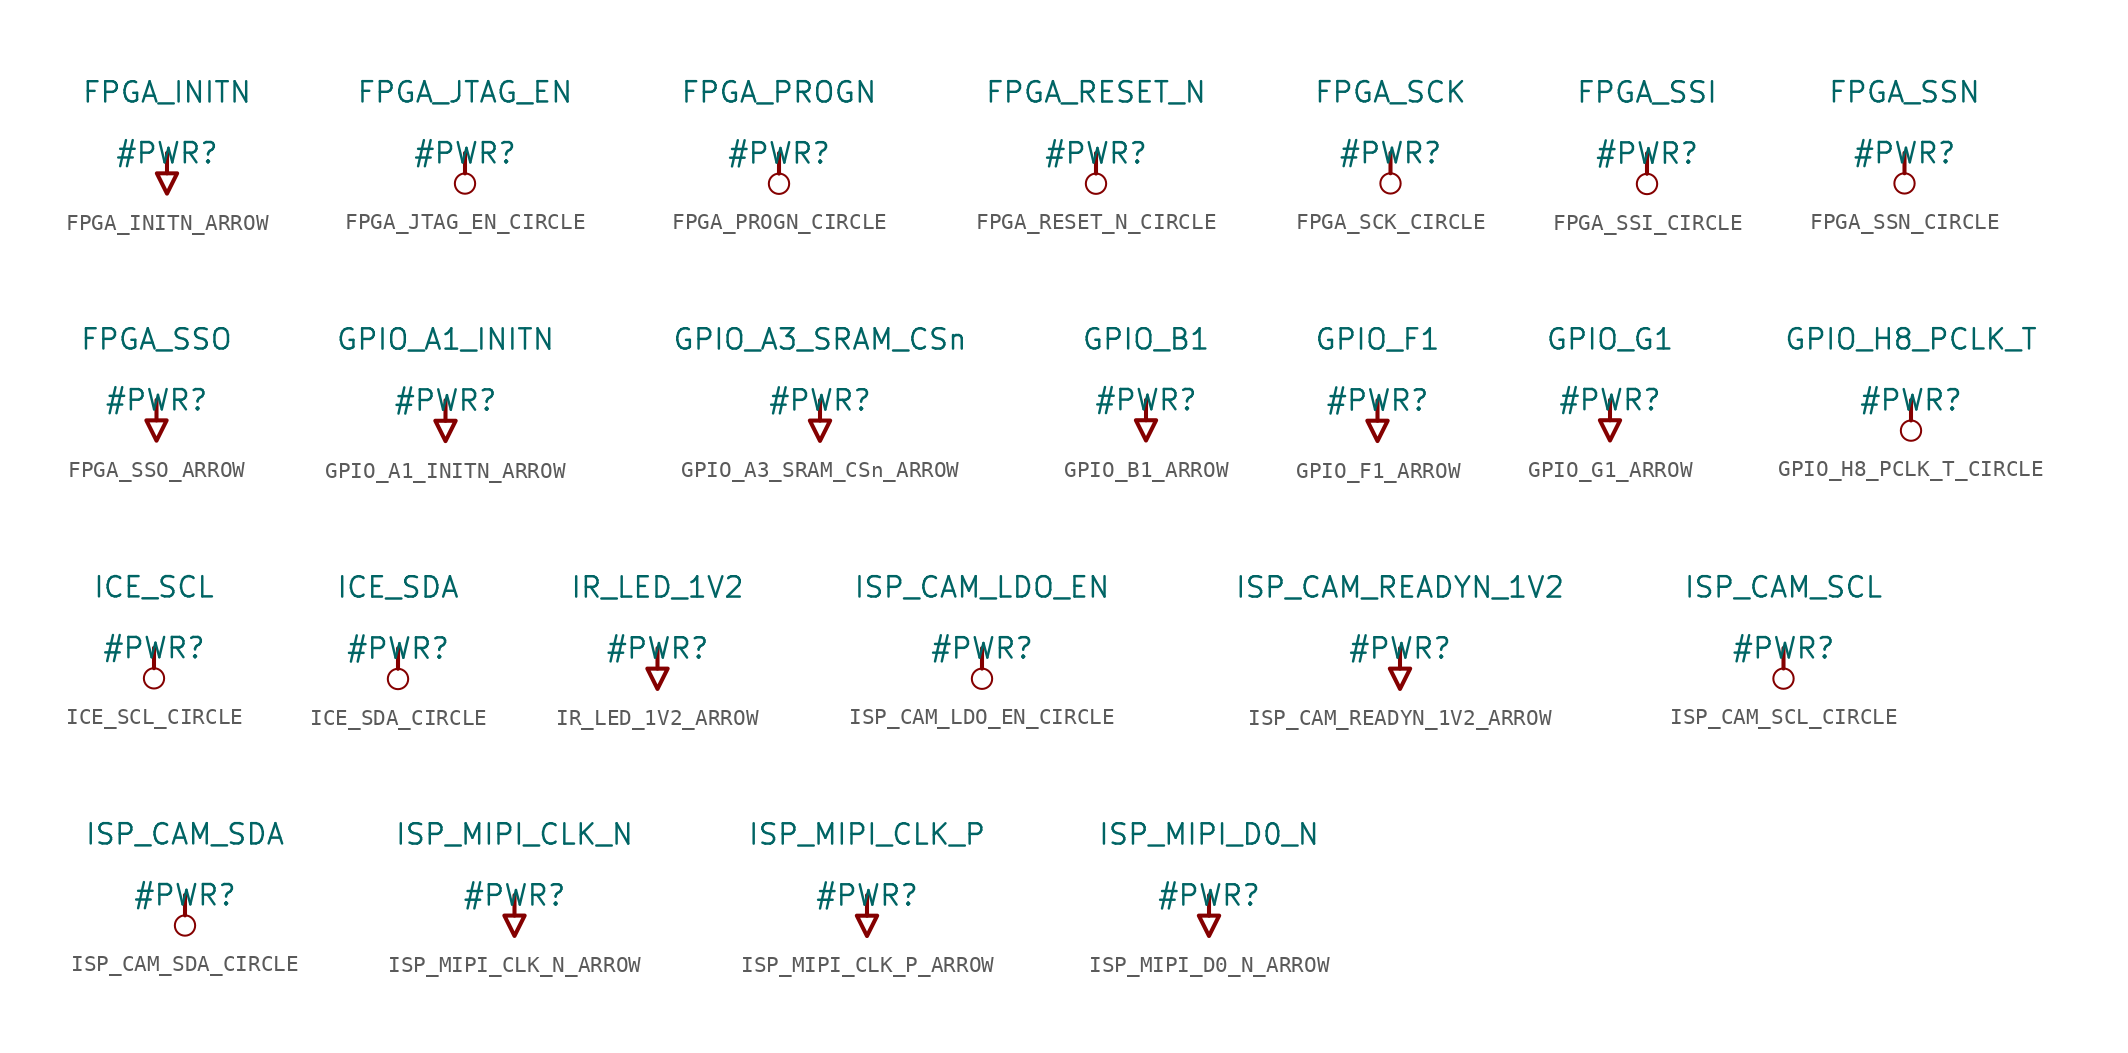
<source format=kicad_sym>
(kicad_symbol_lib
  (version 20231120)
  (generator "kicad_symbol_editor")
  (generator_version "8.0")
  (symbol "FPGA_INITN_ARROW"
    (power)
    (property "Reference" "#PWR"
      (at 0 0 0)
      (effects (font (size 1.27 1.27))))
    (property "Value" "FPGA_INITN"
      (at 0 3.81 0)
      (effects (font (size 1.27 1.27))))
    (symbol "FPGA_INITN_ARROW_0_0"
      (polyline (pts (xy 0 0) (xy 0 -1.27)) (stroke (width 0.254) (type solid)) (fill (type none)))
      (polyline (pts (xy -0.635 -1.27) (xy 0.635 -1.27) (xy 0 -2.54) (xy -0.635 -1.27)) (stroke (width 0.254) (type solid)) (fill (type none)))
      (pin power_in line (at 0 0 0) (length 0) hide (name "FPGA_INITN" (effects (font (size 1.27 1.27)))) (number "" (effects (font (size 1.27 1.27)))))))
  (symbol "FPGA_JTAG_EN_CIRCLE"
    (power)
    (property "Reference" "#PWR"
      (at 0 0 0)
      (effects (font (size 1.27 1.27))))
    (property "Value" "FPGA_JTAG_EN"
      (at 0 3.81 0)
      (effects (font (size 1.27 1.27))))
    (symbol "FPGA_JTAG_EN_CIRCLE_0_0"
      (circle (center 0 -1.905) (radius 0.635) (stroke (width 0.127) (type solid)) (fill (type none)))
      (polyline (pts (xy 0 0) (xy 0 -1.27)) (stroke (width 0.254) (type solid)) (fill (type none)))
      (pin power_in line (at 0 0 0) (length 0) hide (name "FPGA_JTAG_EN" (effects (font (size 1.27 1.27)))) (number "" (effects (font (size 1.27 1.27)))))))
  (symbol "FPGA_PROGN_CIRCLE"
    (power)
    (property "Reference" "#PWR"
      (at 0 0 0)
      (effects (font (size 1.27 1.27))))
    (property "Value" "FPGA_PROGN"
      (at 0 3.81 0)
      (effects (font (size 1.27 1.27))))
    (symbol "FPGA_PROGN_CIRCLE_0_0"
      (circle (center 0 -1.905) (radius 0.635) (stroke (width 0.127) (type solid)) (fill (type none)))
      (polyline (pts (xy 0 0) (xy 0 -1.27)) (stroke (width 0.254) (type solid)) (fill (type none)))
      (pin power_in line (at 0 0 0) (length 0) hide (name "FPGA_PROGN" (effects (font (size 1.27 1.27)))) (number "" (effects (font (size 1.27 1.27)))))))
  (symbol "FPGA_RESET_N_CIRCLE"
    (power)
    (property "Reference" "#PWR"
      (at 0 0 0)
      (effects (font (size 1.27 1.27))))
    (property "Value" "FPGA_RESET_N"
      (at 0 3.81 0)
      (effects (font (size 1.27 1.27))))
    (symbol "FPGA_RESET_N_CIRCLE_0_0"
      (circle (center 0 -1.905) (radius 0.635) (stroke (width 0.127) (type solid)) (fill (type none)))
      (polyline (pts (xy 0 0) (xy 0 -1.27)) (stroke (width 0.254) (type solid)) (fill (type none)))
      (pin power_in line (at 0 0 0) (length 0) hide (name "FPGA_RESET_N" (effects (font (size 1.27 1.27)))) (number "" (effects (font (size 1.27 1.27)))))))
  (symbol "FPGA_SCK_CIRCLE"
    (power)
    (property "Reference" "#PWR"
      (at 0 0 0)
      (effects (font (size 1.27 1.27))))
    (property "Value" "FPGA_SCK"
      (at 0 3.81 0)
      (effects (font (size 1.27 1.27))))
    (symbol "FPGA_SCK_CIRCLE_0_0"
      (circle (center 0 -1.905) (radius 0.635) (stroke (width 0.127) (type solid)) (fill (type none)))
      (polyline (pts (xy 0 0) (xy 0 -1.27)) (stroke (width 0.254) (type solid)) (fill (type none)))
      (pin power_in line (at 0 0 0) (length 0) hide (name "FPGA_SCK" (effects (font (size 1.27 1.27)))) (number "" (effects (font (size 1.27 1.27)))))))
  (symbol "FPGA_SSI_CIRCLE"
    (power)
    (property "Reference" "#PWR"
      (at 0 0 0)
      (effects (font (size 1.27 1.27))))
    (property "Value" "FPGA_SSI"
      (at 0 3.81 0)
      (effects (font (size 1.27 1.27))))
    (symbol "FPGA_SSI_CIRCLE_0_0"
      (circle (center 0 -1.905) (radius 0.635) (stroke (width 0.127) (type solid)) (fill (type none)))
      (polyline (pts (xy 0 0) (xy 0 -1.27)) (stroke (width 0.254) (type solid)) (fill (type none)))
      (pin power_in line (at 0 0 0) (length 0) hide (name "FPGA_SSI" (effects (font (size 1.27 1.27)))) (number "" (effects (font (size 1.27 1.27)))))))
  (symbol "FPGA_SSN_CIRCLE"
    (power)
    (property "Reference" "#PWR"
      (at 0 0 0)
      (effects (font (size 1.27 1.27))))
    (property "Value" "FPGA_SSN"
      (at 0 3.81 0)
      (effects (font (size 1.27 1.27))))
    (symbol "FPGA_SSN_CIRCLE_0_0"
      (circle (center 0 -1.905) (radius 0.635) (stroke (width 0.127) (type solid)) (fill (type none)))
      (polyline (pts (xy 0 0) (xy 0 -1.27)) (stroke (width 0.254) (type solid)) (fill (type none)))
      (pin power_in line (at 0 0 0) (length 0) hide (name "FPGA_SSN" (effects (font (size 1.27 1.27)))) (number "" (effects (font (size 1.27 1.27)))))))
  (symbol "FPGA_SSO_ARROW"
    (power)
    (property "Reference" "#PWR"
      (at 0 0 0)
      (effects (font (size 1.27 1.27))))
    (property "Value" "FPGA_SSO"
      (at 0 3.81 0)
      (effects (font (size 1.27 1.27))))
    (symbol "FPGA_SSO_ARROW_0_0"
      (polyline (pts (xy 0 0) (xy 0 -1.27)) (stroke (width 0.254) (type solid)) (fill (type none)))
      (polyline (pts (xy -0.635 -1.27) (xy 0.635 -1.27) (xy 0 -2.54) (xy -0.635 -1.27)) (stroke (width 0.254) (type solid)) (fill (type none)))
      (pin power_in line (at 0 0 0) (length 0) hide (name "FPGA_SSO" (effects (font (size 1.27 1.27)))) (number "" (effects (font (size 1.27 1.27)))))))
  (symbol "GPIO_A1_INITN_ARROW"
    (power)
    (property "Reference" "#PWR"
      (at 0 0 0)
      (effects (font (size 1.27 1.27))))
    (property "Value" "GPIO_A1_INITN"
      (at 0 3.81 0)
      (effects (font (size 1.27 1.27))))
    (symbol "GPIO_A1_INITN_ARROW_0_0"
      (polyline (pts (xy 0 0) (xy 0 -1.27)) (stroke (width 0.254) (type solid)) (fill (type none)))
      (polyline (pts (xy -0.635 -1.27) (xy 0.635 -1.27) (xy 0 -2.54) (xy -0.635 -1.27)) (stroke (width 0.254) (type solid)) (fill (type none)))
      (pin power_in line (at 0 0 0) (length 0) hide (name "GPIO_A1_INITN" (effects (font (size 1.27 1.27)))) (number "" (effects (font (size 1.27 1.27)))))))
  (symbol "GPIO_A3_SRAM_CSn_ARROW"
    (power)
    (property "Reference" "#PWR"
      (at 0 0 0)
      (effects (font (size 1.27 1.27))))
    (property "Value" "GPIO_A3_SRAM_CSn"
      (at 0 3.81 0)
      (effects (font (size 1.27 1.27))))
    (symbol "GPIO_A3_SRAM_CSn_ARROW_0_0"
      (polyline (pts (xy 0 0) (xy 0 -1.27)) (stroke (width 0.254) (type solid)) (fill (type none)))
      (polyline (pts (xy -0.635 -1.27) (xy 0.635 -1.27) (xy 0 -2.54) (xy -0.635 -1.27)) (stroke (width 0.254) (type solid)) (fill (type none)))
      (pin power_in line (at 0 0 0) (length 0) hide (name "GPIO_A3_SRAM_CSn" (effects (font (size 1.27 1.27)))) (number "" (effects (font (size 1.27 1.27)))))))
  (symbol "GPIO_B1_ARROW"
    (power)
    (property "Reference" "#PWR"
      (at 0 0 0)
      (effects (font (size 1.27 1.27))))
    (property "Value" "GPIO_B1"
      (at 0 3.81 0)
      (effects (font (size 1.27 1.27))))
    (symbol "GPIO_B1_ARROW_0_0"
      (polyline (pts (xy 0 0) (xy 0 -1.27)) (stroke (width 0.254) (type solid)) (fill (type none)))
      (polyline (pts (xy -0.635 -1.27) (xy 0.635 -1.27) (xy 0 -2.54) (xy -0.635 -1.27)) (stroke (width 0.254) (type solid)) (fill (type none)))
      (pin power_in line (at 0 0 0) (length 0) hide (name "GPIO_B1" (effects (font (size 1.27 1.27)))) (number "" (effects (font (size 1.27 1.27)))))))
  (symbol "GPIO_F1_ARROW"
    (power)
    (property "Reference" "#PWR"
      (at 0 0 0)
      (effects (font (size 1.27 1.27))))
    (property "Value" "GPIO_F1"
      (at 0 3.81 0)
      (effects (font (size 1.27 1.27))))
    (symbol "GPIO_F1_ARROW_0_0"
      (polyline (pts (xy 0 0) (xy 0 -1.27)) (stroke (width 0.254) (type solid)) (fill (type none)))
      (polyline (pts (xy -0.635 -1.27) (xy 0.635 -1.27) (xy 0 -2.54) (xy -0.635 -1.27)) (stroke (width 0.254) (type solid)) (fill (type none)))
      (pin power_in line (at 0 0 0) (length 0) hide (name "GPIO_F1" (effects (font (size 1.27 1.27)))) (number "" (effects (font (size 1.27 1.27)))))))
  (symbol "GPIO_G1_ARROW"
    (power)
    (property "Reference" "#PWR"
      (at 0 0 0)
      (effects (font (size 1.27 1.27))))
    (property "Value" "GPIO_G1"
      (at 0 3.81 0)
      (effects (font (size 1.27 1.27))))
    (symbol "GPIO_G1_ARROW_0_0"
      (polyline (pts (xy 0 0) (xy 0 -1.27)) (stroke (width 0.254) (type solid)) (fill (type none)))
      (polyline (pts (xy -0.635 -1.27) (xy 0.635 -1.27) (xy 0 -2.54) (xy -0.635 -1.27)) (stroke (width 0.254) (type solid)) (fill (type none)))
      (pin power_in line (at 0 0 0) (length 0) hide (name "GPIO_G1" (effects (font (size 1.27 1.27)))) (number "" (effects (font (size 1.27 1.27)))))))
  (symbol "GPIO_H8_PCLK_T_CIRCLE"
    (power)
    (property "Reference" "#PWR"
      (at 0 0 0)
      (effects (font (size 1.27 1.27))))
    (property "Value" "GPIO_H8_PCLK_T"
      (at 0 3.81 0)
      (effects (font (size 1.27 1.27))))
    (symbol "GPIO_H8_PCLK_T_CIRCLE_0_0"
      (circle (center 0 -1.905) (radius 0.635) (stroke (width 0.127) (type solid)) (fill (type none)))
      (polyline (pts (xy 0 0) (xy 0 -1.27)) (stroke (width 0.254) (type solid)) (fill (type none)))
      (pin power_in line (at 0 0 0) (length 0) hide (name "GPIO_H8_PCLK_T" (effects (font (size 1.27 1.27)))) (number "" (effects (font (size 1.27 1.27)))))))
  (symbol "ICE_SCL_CIRCLE"
    (power)
    (property "Reference" "#PWR"
      (at 0 0 0)
      (effects (font (size 1.27 1.27))))
    (property "Value" "ICE_SCL"
      (at 0 3.81 0)
      (effects (font (size 1.27 1.27))))
    (symbol "ICE_SCL_CIRCLE_0_0"
      (circle (center 0 -1.905) (radius 0.635) (stroke (width 0.127) (type solid)) (fill (type none)))
      (polyline (pts (xy 0 0) (xy 0 -1.27)) (stroke (width 0.254) (type solid)) (fill (type none)))
      (pin power_in line (at 0 0 0) (length 0) hide (name "ICE_SCL" (effects (font (size 1.27 1.27)))) (number "" (effects (font (size 1.27 1.27)))))))
  (symbol "ICE_SDA_CIRCLE"
    (power)
    (property "Reference" "#PWR"
      (at 0 0 0)
      (effects (font (size 1.27 1.27))))
    (property "Value" "ICE_SDA"
      (at 0 3.81 0)
      (effects (font (size 1.27 1.27))))
    (symbol "ICE_SDA_CIRCLE_0_0"
      (circle (center 0 -1.905) (radius 0.635) (stroke (width 0.127) (type solid)) (fill (type none)))
      (polyline (pts (xy 0 0) (xy 0 -1.27)) (stroke (width 0.254) (type solid)) (fill (type none)))
      (pin power_in line (at 0 0 0) (length 0) hide (name "ICE_SDA" (effects (font (size 1.27 1.27)))) (number "" (effects (font (size 1.27 1.27)))))))
  (symbol "IR_LED_1V2_ARROW"
    (power)
    (property "Reference" "#PWR"
      (at 0 0 0)
      (effects (font (size 1.27 1.27))))
    (property "Value" "IR_LED_1V2"
      (at 0 3.81 0)
      (effects (font (size 1.27 1.27))))
    (symbol "IR_LED_1V2_ARROW_0_0"
      (polyline (pts (xy 0 0) (xy 0 -1.27)) (stroke (width 0.254) (type solid)) (fill (type none)))
      (polyline (pts (xy -0.635 -1.27) (xy 0.635 -1.27) (xy 0 -2.54) (xy -0.635 -1.27)) (stroke (width 0.254) (type solid)) (fill (type none)))
      (pin power_in line (at 0 0 0) (length 0) hide (name "IR_LED_1V2" (effects (font (size 1.27 1.27)))) (number "" (effects (font (size 1.27 1.27)))))))
  (symbol "ISP_CAM_LDO_EN_CIRCLE"
    (power)
    (property "Reference" "#PWR"
      (at 0 0 0)
      (effects (font (size 1.27 1.27))))
    (property "Value" "ISP_CAM_LDO_EN"
      (at 0 3.81 0)
      (effects (font (size 1.27 1.27))))
    (symbol "ISP_CAM_LDO_EN_CIRCLE_0_0"
      (circle (center 0 -1.905) (radius 0.635) (stroke (width 0.127) (type solid)) (fill (type none)))
      (polyline (pts (xy 0 0) (xy 0 -1.27)) (stroke (width 0.254) (type solid)) (fill (type none)))
      (pin power_in line (at 0 0 0) (length 0) hide (name "ISP_CAM_LDO_EN" (effects (font (size 1.27 1.27)))) (number "" (effects (font (size 1.27 1.27)))))))
  (symbol "ISP_CAM_READYN_1V2_ARROW"
    (power)
    (property "Reference" "#PWR"
      (at 0 0 0)
      (effects (font (size 1.27 1.27))))
    (property "Value" "ISP_CAM_READYN_1V2"
      (at 0 3.81 0)
      (effects (font (size 1.27 1.27))))
    (symbol "ISP_CAM_READYN_1V2_ARROW_0_0"
      (polyline (pts (xy 0 0) (xy 0 -1.27)) (stroke (width 0.254) (type solid)) (fill (type none)))
      (polyline (pts (xy -0.635 -1.27) (xy 0.635 -1.27) (xy 0 -2.54) (xy -0.635 -1.27)) (stroke (width 0.254) (type solid)) (fill (type none)))
      (pin power_in line (at 0 0 0) (length 0) hide (name "ISP_CAM_READYN_1V2" (effects (font (size 1.27 1.27)))) (number "" (effects (font (size 1.27 1.27)))))))
  (symbol "ISP_CAM_SCL_CIRCLE"
    (power)
    (property "Reference" "#PWR"
      (at 0 0 0)
      (effects (font (size 1.27 1.27))))
    (property "Value" "ISP_CAM_SCL"
      (at 0 3.81 0)
      (effects (font (size 1.27 1.27))))
    (symbol "ISP_CAM_SCL_CIRCLE_0_0"
      (circle (center 0 -1.905) (radius 0.635) (stroke (width 0.127) (type solid)) (fill (type none)))
      (polyline (pts (xy 0 0) (xy 0 -1.27)) (stroke (width 0.254) (type solid)) (fill (type none)))
      (pin power_in line (at 0 0 0) (length 0) hide (name "ISP_CAM_SCL" (effects (font (size 1.27 1.27)))) (number "" (effects (font (size 1.27 1.27)))))))
  (symbol "ISP_CAM_SDA_CIRCLE"
    (power)
    (property "Reference" "#PWR"
      (at 0 0 0)
      (effects (font (size 1.27 1.27))))
    (property "Value" "ISP_CAM_SDA"
      (at 0 3.81 0)
      (effects (font (size 1.27 1.27))))
    (symbol "ISP_CAM_SDA_CIRCLE_0_0"
      (circle (center 0 -1.905) (radius 0.635) (stroke (width 0.127) (type solid)) (fill (type none)))
      (polyline (pts (xy 0 0) (xy 0 -1.27)) (stroke (width 0.254) (type solid)) (fill (type none)))
      (pin power_in line (at 0 0 0) (length 0) hide (name "ISP_CAM_SDA" (effects (font (size 1.27 1.27)))) (number "" (effects (font (size 1.27 1.27)))))))
  (symbol "ISP_MIPI_CLK_N_ARROW"
    (power)
    (property "Reference" "#PWR"
      (at 0 0 0)
      (effects (font (size 1.27 1.27))))
    (property "Value" "ISP_MIPI_CLK_N"
      (at 0 3.81 0)
      (effects (font (size 1.27 1.27))))
    (symbol "ISP_MIPI_CLK_N_ARROW_0_0"
      (polyline (pts (xy 0 0) (xy 0 -1.27)) (stroke (width 0.254) (type solid)) (fill (type none)))
      (polyline (pts (xy -0.635 -1.27) (xy 0.635 -1.27) (xy 0 -2.54) (xy -0.635 -1.27)) (stroke (width 0.254) (type solid)) (fill (type none)))
      (pin power_in line (at 0 0 0) (length 0) hide (name "ISP_MIPI_CLK_N" (effects (font (size 1.27 1.27)))) (number "" (effects (font (size 1.27 1.27)))))))
  (symbol "ISP_MIPI_CLK_P_ARROW"
    (power)
    (property "Reference" "#PWR"
      (at 0 0 0)
      (effects (font (size 1.27 1.27))))
    (property "Value" "ISP_MIPI_CLK_P"
      (at 0 3.81 0)
      (effects (font (size 1.27 1.27))))
    (symbol "ISP_MIPI_CLK_P_ARROW_0_0"
      (polyline (pts (xy 0 0) (xy 0 -1.27)) (stroke (width 0.254) (type solid)) (fill (type none)))
      (polyline (pts (xy -0.635 -1.27) (xy 0.635 -1.27) (xy 0 -2.54) (xy -0.635 -1.27)) (stroke (width 0.254) (type solid)) (fill (type none)))
      (pin power_in line (at 0 0 0) (length 0) hide (name "ISP_MIPI_CLK_P" (effects (font (size 1.27 1.27)))) (number "" (effects (font (size 1.27 1.27)))))))
  (symbol "ISP_MIPI_D0_N_ARROW"
    (power)
    (property "Reference" "#PWR"
      (at 0 0 0)
      (effects (font (size 1.27 1.27))))
    (property "Value" "ISP_MIPI_D0_N"
      (at 0 3.81 0)
      (effects (font (size 1.27 1.27))))
    (symbol "ISP_MIPI_D0_N_ARROW_0_0"
      (polyline (pts (xy 0 0) (xy 0 -1.27)) (stroke (width 0.254) (type solid)) (fill (type none)))
      (polyline (pts (xy -0.635 -1.27) (xy 0.635 -1.27) (xy 0 -2.54) (xy -0.635 -1.27)) (stroke (width 0.254) (type solid)) (fill (type none)))
      (pin power_in line (at 0 0 0) (length 0) hide (name "ISP_MIPI_D0_N" (effects (font (size 1.27 1.27)))) (number "" (effects (font (size 1.27 1.27))))))))
</source>
